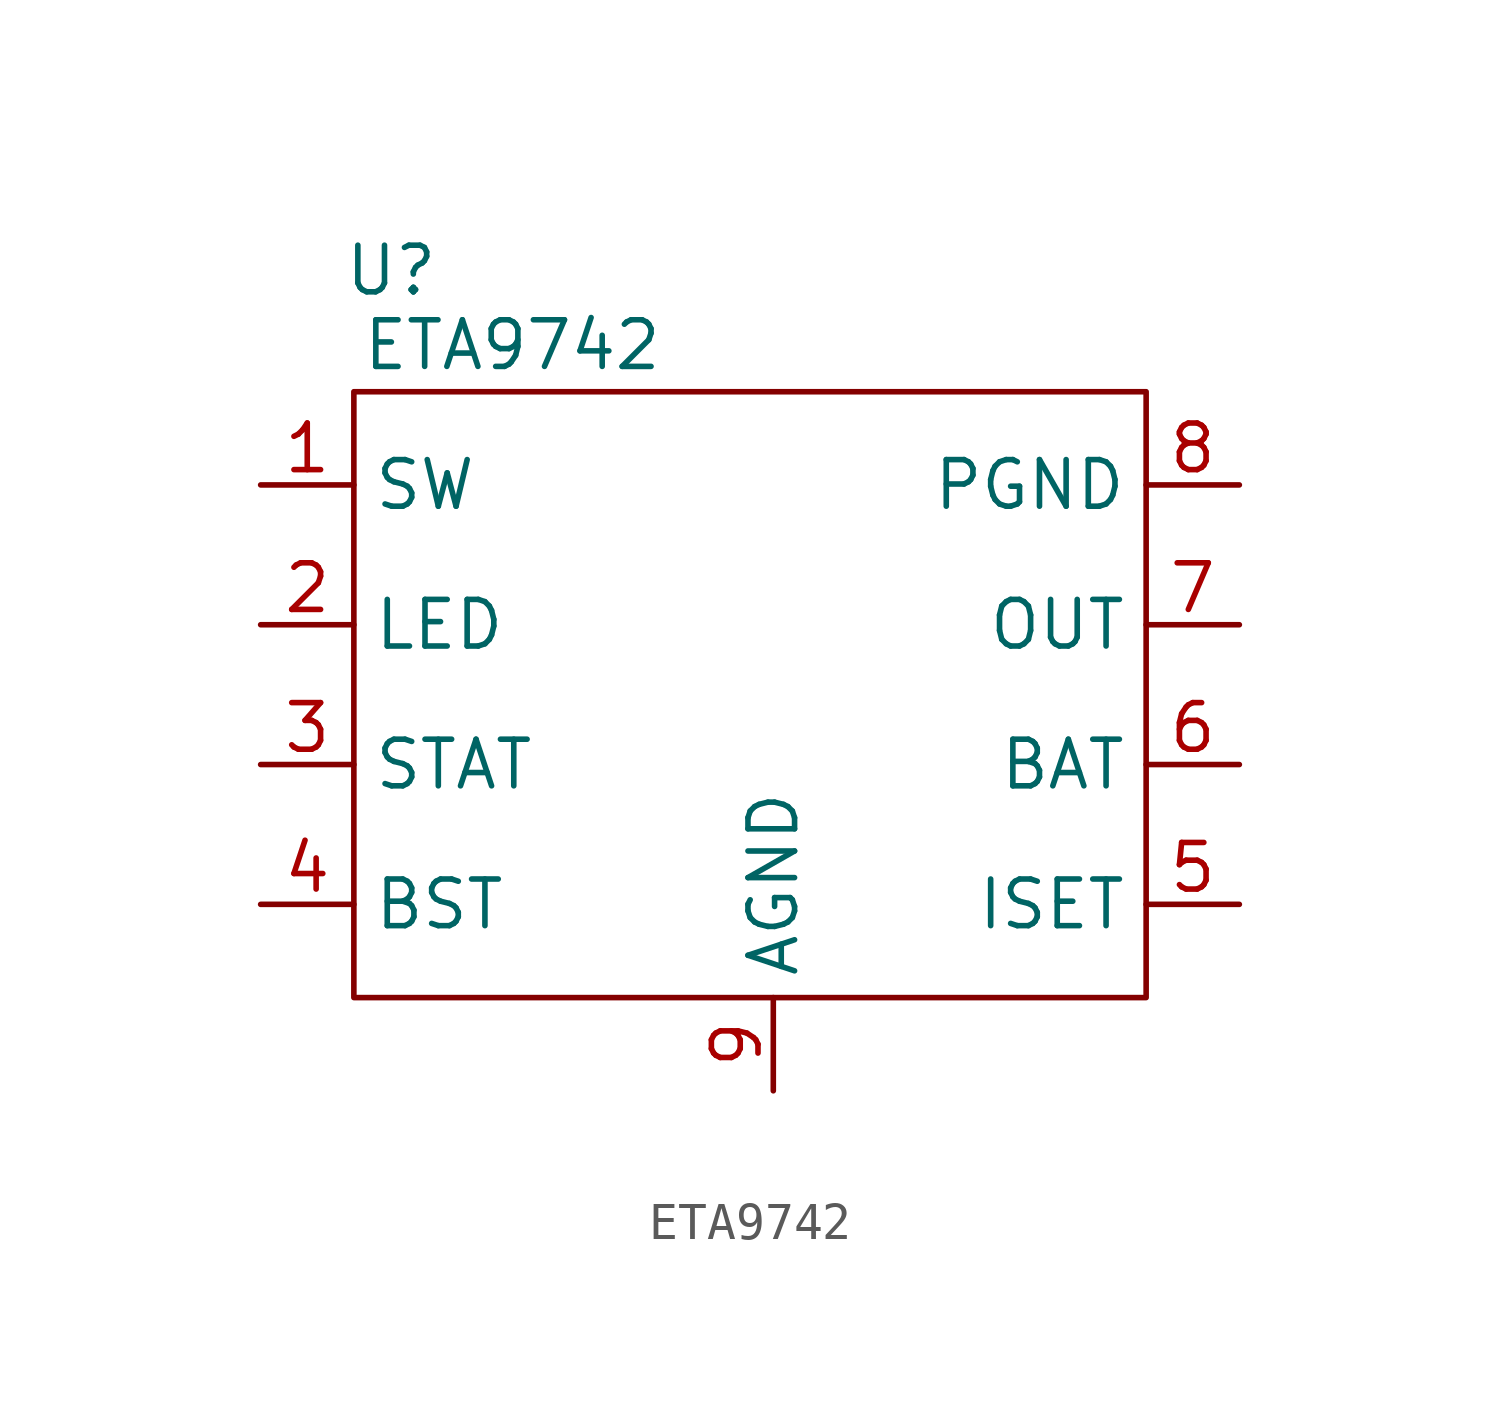
<source format=kicad_sym>
(kicad_symbol_lib
  (version 20231120)
  (generator "kicad_symbol_editor")
  (generator_version "8.0")
  (symbol "ETA9742"
    (property "Reference" "U"
      (at 1.016 3.302 0)
      (effects (font (size 1.27 1.27))))
    (property "Value" "ETA9742"
      (at 4.318 1.27 0)
      (effects (font (size 1.27 1.27))))
    (symbol "ETA9742_0_1"
      (rectangle (start 0 0) (end 21.59 -16.51) (stroke (width 0) (type default)) (fill (type none))))
    (symbol "ETA9742_1_1"
      (pin unspecified line (at -2.54 -2.54 0) (length 2.54) (name "SW" (effects (font (size 1.27 1.27)))) (number "1" (effects (font (size 1.27 1.27)))))
      (pin output line (at -2.54 -6.35 0) (length 2.54) (name "LED" (effects (font (size 1.27 1.27)))) (number "2" (effects (font (size 1.27 1.27)))))
      (pin output line (at -2.54 -10.16 0) (length 2.54) (name "STAT" (effects (font (size 1.27 1.27)))) (number "3" (effects (font (size 1.27 1.27)))))
      (pin output line (at -2.54 -13.97 0) (length 2.54) (name "BST" (effects (font (size 1.27 1.27)))) (number "4" (effects (font (size 1.27 1.27)))))
      (pin unspecified line (at 24.13 -13.97 180) (length 2.54) (name "ISET" (effects (font (size 1.27 1.27)))) (number "5" (effects (font (size 1.27 1.27)))))
      (pin power_in line (at 24.13 -10.16 180) (length 2.54) (name "BAT" (effects (font (size 1.27 1.27)))) (number "6" (effects (font (size 1.27 1.27)))))
      (pin power_out line (at 24.13 -6.35 180) (length 2.54) (name "OUT" (effects (font (size 1.27 1.27)))) (number "7" (effects (font (size 1.27 1.27)))))
      (pin unspecified line (at 24.13 -2.54 180) (length 2.54) (name "PGND" (effects (font (size 1.27 1.27)))) (number "8" (effects (font (size 1.27 1.27)))))
      (pin unspecified line (at 11.43 -19.05 90) (length 2.54) (name "AGND" (effects (font (size 1.27 1.27)))) (number "9" (effects (font (size 1.27 1.27))))))))
</source>
